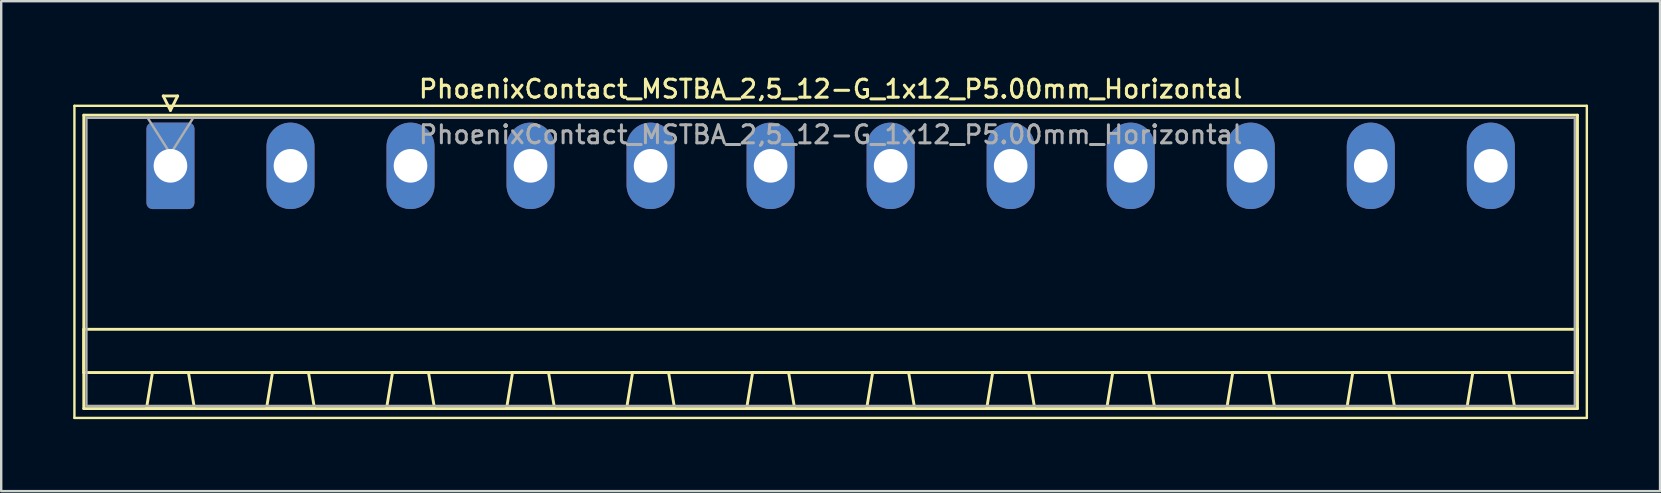
<source format=kicad_pcb>
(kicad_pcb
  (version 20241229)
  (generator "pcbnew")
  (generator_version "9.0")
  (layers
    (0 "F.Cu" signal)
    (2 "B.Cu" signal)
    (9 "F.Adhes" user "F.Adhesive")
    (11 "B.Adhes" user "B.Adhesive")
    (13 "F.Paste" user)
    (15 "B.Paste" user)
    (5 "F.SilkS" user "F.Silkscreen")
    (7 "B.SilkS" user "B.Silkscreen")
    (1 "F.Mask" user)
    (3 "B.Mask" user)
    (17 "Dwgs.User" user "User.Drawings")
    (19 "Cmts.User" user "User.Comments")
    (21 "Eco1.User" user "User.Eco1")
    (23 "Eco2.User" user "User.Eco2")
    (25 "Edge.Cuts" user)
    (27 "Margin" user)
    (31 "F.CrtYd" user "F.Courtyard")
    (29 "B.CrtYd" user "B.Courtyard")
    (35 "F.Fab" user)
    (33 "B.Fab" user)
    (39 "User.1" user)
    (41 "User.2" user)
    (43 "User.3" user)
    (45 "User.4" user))
  (footprint "PhoenixContact_MSTBA_2,5_12-G_1x12_P5.00mm_Horizontal"
    (layer "F.Cu")
    (at 4.05 3.858)
    (property "Reference" "PhoenixContact_MSTBA_2,5_12-G_1x12_P5.00mm_Horizontal" (at 27.5 -3.2 0) (layer "F.SilkS") (effects (font (size 0.75 0.75) (thickness 0.125))))
    (attr through_hole)
    (fp_line (start -4 -2.5) (end -4 10.5) (stroke (width 0.1) (type solid)) (layer "F.SilkS"))
    (fp_line (start -4 10.5) (end 59 10.5) (stroke (width 0.1) (type solid)) (layer "F.SilkS"))
    (fp_line (start -3.61 -2.11) (end -3.61 10.11) (stroke (width 0.12) (type solid)) (layer "F.SilkS"))
    (fp_line (start -3.61 6.81) (end 58.61 6.81) (stroke (width 0.12) (type solid)) (layer "F.SilkS"))
    (fp_line (start -3.61 8.61) (end -3.61 6.81) (stroke (width 0.12) (type solid)) (layer "F.SilkS"))
    (fp_line (start -3.61 10.11) (end 58.61 10.11) (stroke (width 0.12) (type solid)) (layer "F.SilkS"))
    (fp_line (start -1 10.11) (end 1 10.11) (stroke (width 0.12) (type solid)) (layer "F.SilkS"))
    (fp_line (start -0.75 8.61) (end -1 10.11) (stroke (width 0.12) (type solid)) (layer "F.SilkS"))
    (fp_line (start -0.3 -2.91) (end 0.3 -2.91) (stroke (width 0.12) (type solid)) (layer "F.SilkS"))
    (fp_line (start 0 -2.31) (end -0.3 -2.91) (stroke (width 0.12) (type solid)) (layer "F.SilkS"))
    (fp_line (start 0.3 -2.91) (end 0 -2.31) (stroke (width 0.12) (type solid)) (layer "F.SilkS"))
    (fp_line (start 0.75 8.61) (end -0.75 8.61) (stroke (width 0.12) (type solid)) (layer "F.SilkS"))
    (fp_line (start 1 10.11) (end 0.75 8.61) (stroke (width 0.12) (type solid)) (layer "F.SilkS"))
    (fp_line (start 4 10.11) (end 6 10.11) (stroke (width 0.12) (type solid)) (layer "F.SilkS"))
    (fp_line (start 4.25 8.61) (end 4 10.11) (stroke (width 0.12) (type solid)) (layer "F.SilkS"))
    (fp_line (start 5.75 8.61) (end 4.25 8.61) (stroke (width 0.12) (type solid)) (layer "F.SilkS"))
    (fp_line (start 6 10.11) (end 5.75 8.61) (stroke (width 0.12) (type solid)) (layer "F.SilkS"))
    (fp_line (start 9 10.11) (end 11 10.11) (stroke (width 0.12) (type solid)) (layer "F.SilkS"))
    (fp_line (start 9.25 8.61) (end 9 10.11) (stroke (width 0.12) (type solid)) (layer "F.SilkS"))
    (fp_line (start 10.75 8.61) (end 9.25 8.61) (stroke (width 0.12) (type solid)) (layer "F.SilkS"))
    (fp_line (start 11 10.11) (end 10.75 8.61) (stroke (width 0.12) (type solid)) (layer "F.SilkS"))
    (fp_line (start 14 10.11) (end 16 10.11) (stroke (width 0.12) (type solid)) (layer "F.SilkS"))
    (fp_line (start 14.25 8.61) (end 14 10.11) (stroke (width 0.12) (type solid)) (layer "F.SilkS"))
    (fp_line (start 15.75 8.61) (end 14.25 8.61) (stroke (width 0.12) (type solid)) (layer "F.SilkS"))
    (fp_line (start 16 10.11) (end 15.75 8.61) (stroke (width 0.12) (type solid)) (layer "F.SilkS"))
    (fp_line (start 19 10.11) (end 21 10.11) (stroke (width 0.12) (type solid)) (layer "F.SilkS"))
    (fp_line (start 19.25 8.61) (end 19 10.11) (stroke (width 0.12) (type solid)) (layer "F.SilkS"))
    (fp_line (start 20.75 8.61) (end 19.25 8.61) (stroke (width 0.12) (type solid)) (layer "F.SilkS"))
    (fp_line (start 21 10.11) (end 20.75 8.61) (stroke (width 0.12) (type solid)) (layer "F.SilkS"))
    (fp_line (start 24 10.11) (end 26 10.11) (stroke (width 0.12) (type solid)) (layer "F.SilkS"))
    (fp_line (start 24.25 8.61) (end 24 10.11) (stroke (width 0.12) (type solid)) (layer "F.SilkS"))
    (fp_line (start 25.75 8.61) (end 24.25 8.61) (stroke (width 0.12) (type solid)) (layer "F.SilkS"))
    (fp_line (start 26 10.11) (end 25.75 8.61) (stroke (width 0.12) (type solid)) (layer "F.SilkS"))
    (fp_line (start 29 10.11) (end 31 10.11) (stroke (width 0.12) (type solid)) (layer "F.SilkS"))
    (fp_line (start 29.25 8.61) (end 29 10.11) (stroke (width 0.12) (type solid)) (layer "F.SilkS"))
    (fp_line (start 30.75 8.61) (end 29.25 8.61) (stroke (width 0.12) (type solid)) (layer "F.SilkS"))
    (fp_line (start 31 10.11) (end 30.75 8.61) (stroke (width 0.12) (type solid)) (layer "F.SilkS"))
    (fp_line (start 34 10.11) (end 36 10.11) (stroke (width 0.12) (type solid)) (layer "F.SilkS"))
    (fp_line (start 34.25 8.61) (end 34 10.11) (stroke (width 0.12) (type solid)) (layer "F.SilkS"))
    (fp_line (start 35.75 8.61) (end 34.25 8.61) (stroke (width 0.12) (type solid)) (layer "F.SilkS"))
    (fp_line (start 36 10.11) (end 35.75 8.61) (stroke (width 0.12) (type solid)) (layer "F.SilkS"))
    (fp_line (start 39 10.11) (end 41 10.11) (stroke (width 0.12) (type solid)) (layer "F.SilkS"))
    (fp_line (start 39.25 8.61) (end 39 10.11) (stroke (width 0.12) (type solid)) (layer "F.SilkS"))
    (fp_line (start 40.75 8.61) (end 39.25 8.61) (stroke (width 0.12) (type solid)) (layer "F.SilkS"))
    (fp_line (start 41 10.11) (end 40.75 8.61) (stroke (width 0.12) (type solid)) (layer "F.SilkS"))
    (fp_line (start 44 10.11) (end 46 10.11) (stroke (width 0.12) (type solid)) (layer "F.SilkS"))
    (fp_line (start 44.25 8.61) (end 44 10.11) (stroke (width 0.12) (type solid)) (layer "F.SilkS"))
    (fp_line (start 45.75 8.61) (end 44.25 8.61) (stroke (width 0.12) (type solid)) (layer "F.SilkS"))
    (fp_line (start 46 10.11) (end 45.75 8.61) (stroke (width 0.12) (type solid)) (layer "F.SilkS"))
    (fp_line (start 49 10.11) (end 51 10.11) (stroke (width 0.12) (type solid)) (layer "F.SilkS"))
    (fp_line (start 49.25 8.61) (end 49 10.11) (stroke (width 0.12) (type solid)) (layer "F.SilkS"))
    (fp_line (start 50.75 8.61) (end 49.25 8.61) (stroke (width 0.12) (type solid)) (layer "F.SilkS"))
    (fp_line (start 51 10.11) (end 50.75 8.61) (stroke (width 0.12) (type solid)) (layer "F.SilkS"))
    (fp_line (start 54 10.11) (end 56 10.11) (stroke (width 0.12) (type solid)) (layer "F.SilkS"))
    (fp_line (start 54.25 8.61) (end 54 10.11) (stroke (width 0.12) (type solid)) (layer "F.SilkS"))
    (fp_line (start 55.75 8.61) (end 54.25 8.61) (stroke (width 0.12) (type solid)) (layer "F.SilkS"))
    (fp_line (start 56 10.11) (end 55.75 8.61) (stroke (width 0.12) (type solid)) (layer "F.SilkS"))
    (fp_line (start 58.61 -2.11) (end -3.61 -2.11) (stroke (width 0.12) (type solid)) (layer "F.SilkS"))
    (fp_line (start 58.61 6.81) (end 58.61 8.61) (stroke (width 0.12) (type solid)) (layer "F.SilkS"))
    (fp_line (start 58.61 8.61) (end -3.61 8.61) (stroke (width 0.12) (type solid)) (layer "F.SilkS"))
    (fp_line (start 58.61 10.11) (end 58.61 -2.11) (stroke (width 0.12) (type solid)) (layer "F.SilkS"))
    (fp_line (start 59 -2.5) (end -4 -2.5) (stroke (width 0.1) (type solid)) (layer "F.SilkS"))
    (fp_line (start 59 10.5) (end 59 -2.5) (stroke (width 0.1) (type solid)) (layer "F.SilkS"))
    (fp_line (start -3.5 -2) (end -3.5 10) (stroke (width 0.1) (type solid)) (layer "F.Fab"))
    (fp_line (start -3.5 10) (end 58.5 10) (stroke (width 0.1) (type solid)) (layer "F.Fab"))
    (fp_line (start 0 -0.5) (end -0.95 -2) (stroke (width 0.1) (type solid)) (layer "F.Fab"))
    (fp_line (start 0.95 -2) (end 0 -0.5) (stroke (width 0.1) (type solid)) (layer "F.Fab"))
    (fp_line (start 58.5 -2) (end -3.5 -2) (stroke (width 0.1) (type solid)) (layer "F.Fab"))
    (fp_line (start 58.5 10) (end 58.5 -2) (stroke (width 0.1) (type solid)) (layer "F.Fab"))
    (fp_text user "${REFERENCE}" (at 27.5 -1.3 0) (layer "F.Fab") (effects (font (size 0.75 0.75) (thickness 0.125))))
    (pad "1" thru_hole roundrect (at 0 0) (size 2 3.6) (drill 1.4) (layers "*.Cu" "*.Mask") (roundrect_rratio 0.125))
    (pad "2" thru_hole oval (at 5 0) (size 2 3.6) (drill 1.4) (layers "*.Cu" "*.Mask"))
    (pad "3" thru_hole oval (at 10 0) (size 2 3.6) (drill 1.4) (layers "*.Cu" "*.Mask"))
    (pad "4" thru_hole oval (at 15 0) (size 2 3.6) (drill 1.4) (layers "*.Cu" "*.Mask"))
    (pad "5" thru_hole oval (at 20 0) (size 2 3.6) (drill 1.4) (layers "*.Cu" "*.Mask"))
    (pad "6" thru_hole oval (at 25 0) (size 2 3.6) (drill 1.4) (layers "*.Cu" "*.Mask"))
    (pad "7" thru_hole oval (at 30 0) (size 2 3.6) (drill 1.4) (layers "*.Cu" "*.Mask"))
    (pad "8" thru_hole oval (at 35 0) (size 2 3.6) (drill 1.4) (layers "*.Cu" "*.Mask"))
    (pad "9" thru_hole oval (at 40 0) (size 2 3.6) (drill 1.4) (layers "*.Cu" "*.Mask"))
    (pad "10" thru_hole oval (at 45 0) (size 2 3.6) (drill 1.4) (layers "*.Cu" "*.Mask"))
    (pad "11" thru_hole oval (at 50 0) (size 2 3.6) (drill 1.4) (layers "*.Cu" "*.Mask"))
    (pad "12" thru_hole oval (at 55 0) (size 2 3.6) (drill 1.4) (layers "*.Cu" "*.Mask")))
  (gr_rect
    (start -3 -3)
    (end 66.1 17.408)
    (stroke (width 0.1) (type default))
    (fill no)
    (layer "Edge.Cuts")))
</source>
